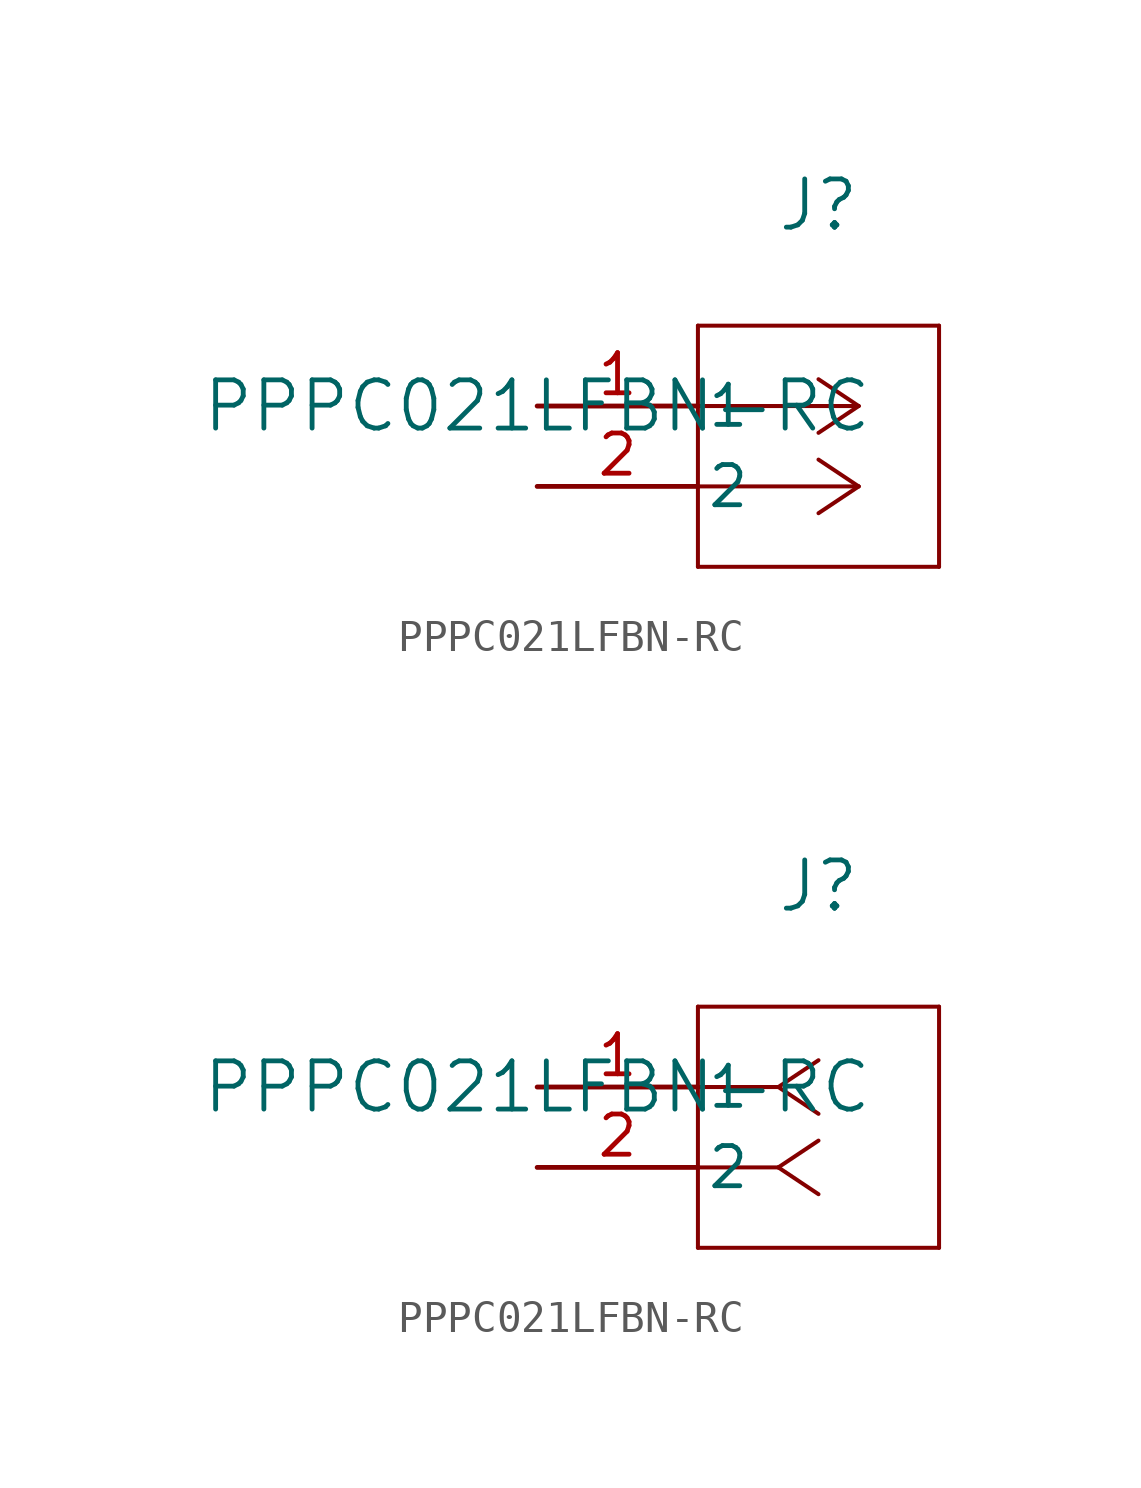
<source format=kicad_sym>
(kicad_symbol_lib
  (version 20211014)
  (generator kicad_symbol_editor)
  (symbol "PPPC021LFBN-RC"
    (pin_names
      (offset 0.254))
    (property "Reference" "J"
      (at 8.89 6.35 0)
      (effects (font (size 1.524 1.524))))
    (property "Value" "PPPC021LFBN-RC"
      (at 0 0 0)
      (effects (font (size 1.524 1.524))))
    (symbol "PPPC021LFBN-RC_1_1"
      (polyline (pts (xy 10.16 0) (xy 5.08 0)) (stroke (width 0.127) (type default) (color 0 0 0 0)) (fill (type none)))
      (polyline (pts (xy 10.16 -2.54) (xy 5.08 -2.54)) (stroke (width 0.127) (type default) (color 0 0 0 0)) (fill (type none)))
      (polyline (pts (xy 10.16 0) (xy 8.89 0.847)) (stroke (width 0.127) (type default) (color 0 0 0 0)) (fill (type none)))
      (polyline (pts (xy 10.16 -2.54) (xy 8.89 -1.693)) (stroke (width 0.127) (type default) (color 0 0 0 0)) (fill (type none)))
      (polyline (pts (xy 10.16 0) (xy 8.89 -0.847)) (stroke (width 0.127) (type default) (color 0 0 0 0)) (fill (type none)))
      (polyline (pts (xy 10.16 -2.54) (xy 8.89 -3.387)) (stroke (width 0.127) (type default) (color 0 0 0 0)) (fill (type none)))
      (polyline (pts (xy 5.08 2.54) (xy 5.08 -5.08)) (stroke (width 0.127) (type default) (color 0 0 0 0)) (fill (type none)))
      (polyline (pts (xy 5.08 -5.08) (xy 12.7 -5.08)) (stroke (width 0.127) (type default) (color 0 0 0 0)) (fill (type none)))
      (polyline (pts (xy 12.7 -5.08) (xy 12.7 2.54)) (stroke (width 0.127) (type default) (color 0 0 0 0)) (fill (type none)))
      (polyline (pts (xy 12.7 2.54) (xy 5.08 2.54)) (stroke (width 0.127) (type default) (color 0 0 0 0)) (fill (type none)))
      (pin unspecified line (at 0 0 0) (length 5.08) (name "1" (effects (font (size 1.27 1.27)))) (number "1" (effects (font (size 1.27 1.27)))))
      (pin unspecified line (at 0 -2.54 0) (length 5.08) (name "2" (effects (font (size 1.27 1.27)))) (number "2" (effects (font (size 1.27 1.27))))))
    (symbol "PPPC021LFBN-RC_1_2"
      (polyline (pts (xy 7.62 0) (xy 5.08 0)) (stroke (width 0.127) (type default) (color 0 0 0 0)) (fill (type none)))
      (polyline (pts (xy 7.62 -2.54) (xy 5.08 -2.54)) (stroke (width 0.127) (type default) (color 0 0 0 0)) (fill (type none)))
      (polyline (pts (xy 7.62 0) (xy 8.89 0.847)) (stroke (width 0.127) (type default) (color 0 0 0 0)) (fill (type none)))
      (polyline (pts (xy 7.62 -2.54) (xy 8.89 -1.693)) (stroke (width 0.127) (type default) (color 0 0 0 0)) (fill (type none)))
      (polyline (pts (xy 7.62 0) (xy 8.89 -0.847)) (stroke (width 0.127) (type default) (color 0 0 0 0)) (fill (type none)))
      (polyline (pts (xy 7.62 -2.54) (xy 8.89 -3.387)) (stroke (width 0.127) (type default) (color 0 0 0 0)) (fill (type none)))
      (polyline (pts (xy 5.08 2.54) (xy 5.08 -5.08)) (stroke (width 0.127) (type default) (color 0 0 0 0)) (fill (type none)))
      (polyline (pts (xy 5.08 -5.08) (xy 12.7 -5.08)) (stroke (width 0.127) (type default) (color 0 0 0 0)) (fill (type none)))
      (polyline (pts (xy 12.7 -5.08) (xy 12.7 2.54)) (stroke (width 0.127) (type default) (color 0 0 0 0)) (fill (type none)))
      (polyline (pts (xy 12.7 2.54) (xy 5.08 2.54)) (stroke (width 0.127) (type default) (color 0 0 0 0)) (fill (type none)))
      (pin unspecified line (at 0 0 0) (length 5.08) (name "1" (effects (font (size 1.27 1.27)))) (number "1" (effects (font (size 1.27 1.27)))))
      (pin unspecified line (at 0 -2.54 0) (length 5.08) (name "2" (effects (font (size 1.27 1.27)))) (number "2" (effects (font (size 1.27 1.27))))))))
</source>
